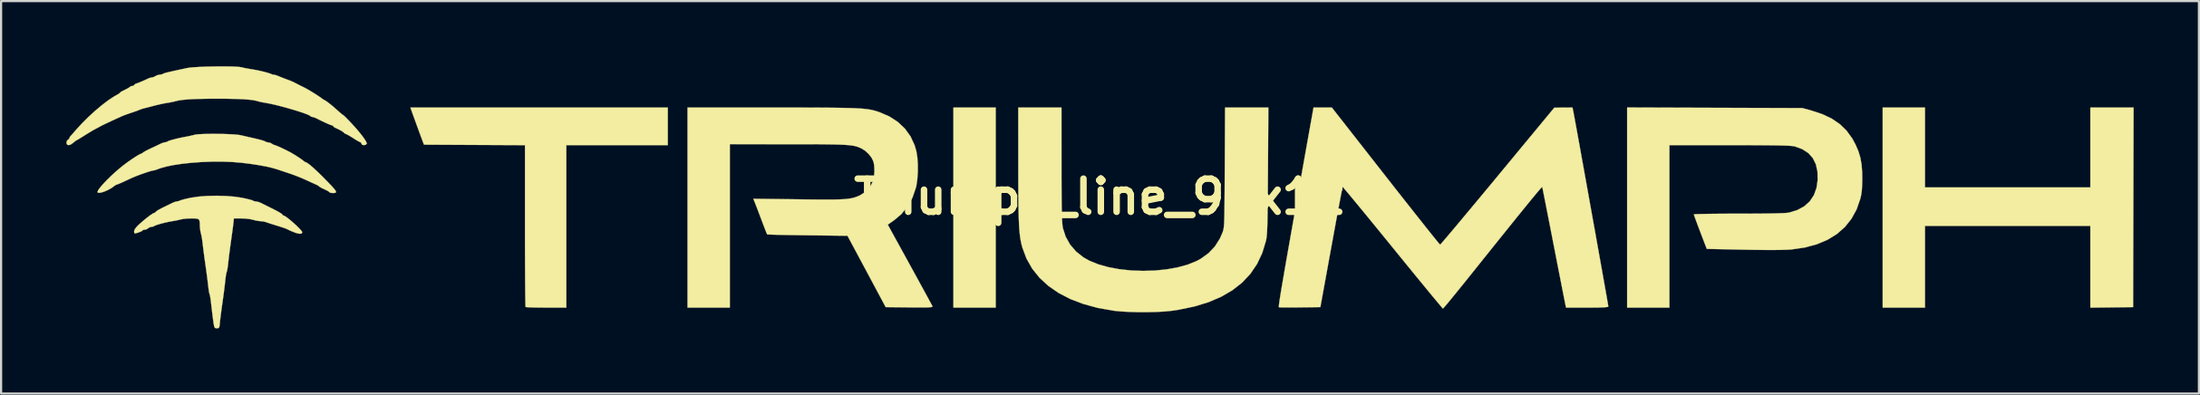
<source format=kicad_pcb>
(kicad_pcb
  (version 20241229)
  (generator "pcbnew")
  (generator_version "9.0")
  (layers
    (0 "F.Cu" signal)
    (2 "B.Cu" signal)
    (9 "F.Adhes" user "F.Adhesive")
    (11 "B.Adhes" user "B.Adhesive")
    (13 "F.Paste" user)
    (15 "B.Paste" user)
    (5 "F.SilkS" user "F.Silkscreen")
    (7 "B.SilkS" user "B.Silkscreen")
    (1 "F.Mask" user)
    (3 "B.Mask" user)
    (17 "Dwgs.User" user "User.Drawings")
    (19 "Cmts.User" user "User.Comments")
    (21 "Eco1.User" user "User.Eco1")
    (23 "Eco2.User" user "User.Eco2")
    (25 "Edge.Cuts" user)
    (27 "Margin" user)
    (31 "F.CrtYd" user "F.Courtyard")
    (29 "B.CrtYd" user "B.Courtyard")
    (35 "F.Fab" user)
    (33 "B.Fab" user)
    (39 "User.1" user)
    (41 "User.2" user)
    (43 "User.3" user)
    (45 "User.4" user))
  (footprint "Triumph_line_95x12"
    (layer "F.Cu")
    (at 47.522 6.002)
    (property "Reference" "Triumph_line_95x12" (at 0 0 0) (layer "F.SilkS") (effects (font (size 1.524 1.524) (thickness 0.3))))
    (attr through_hole)
    (fp_poly (pts (xy -4.795 5.097) (xy -6.739 5.097) (xy -6.739 -4.104) (xy -4.795 -4.104) (xy -4.795 5.097)) (stroke (width 0.01) (type solid)) (fill yes) (layer "F.SilkS"))
    (fp_poly (pts (xy 37.927 -0.432) (xy 45.53 -0.432) (xy 45.53 -4.104) (xy 47.517 -4.104) (xy 47.495 5.076) (xy 45.53 5.099) (xy 45.53 1.339) (xy 37.927 1.339) (xy 37.927 5.097) (xy 35.983 5.097) (xy 35.983 -4.104) (xy 37.927 -4.104) (xy 37.927 -0.432)) (stroke (width 0.01) (type solid)) (fill yes) (layer "F.SilkS"))
    (fp_poly (pts (xy -19.871 -2.376) (xy -24.536 -2.376) (xy -24.536 5.097) (xy -25.458 5.097) (xy -25.731 5.096) (xy -25.976 5.092) (xy -26.177 5.087) (xy -26.323 5.08) (xy -26.4 5.072) (xy -26.408 5.068) (xy -26.412 5.022) (xy -26.416 4.895) (xy -26.42 4.695) (xy -26.424 4.427) (xy -26.427 4.098) (xy -26.43 3.714) (xy -26.432 3.281) (xy -26.434 2.807) (xy -26.436 2.296) (xy -26.437 1.756) (xy -26.437 1.332) (xy -26.437 -2.375) (xy -28.759 -2.386) (xy -31.08 -2.397) (xy -31.226 -2.786) (xy -31.305 -3.001) (xy -31.399 -3.258) (xy -31.492 -3.514) (xy -31.538 -3.639) (xy -31.704 -4.104) (xy -19.871 -4.104) (xy -19.871 -2.376)) (stroke (width 0.01) (type solid)) (fill yes) (layer "F.SilkS"))
    (fp_poly (pts (xy 28.262 -4.094) (xy 32.29 -4.081) (xy 32.71 -3.965) (xy 33.215 -3.798) (xy 33.648 -3.591) (xy 34.016 -3.339) (xy 34.327 -3.036) (xy 34.586 -2.677) (xy 34.737 -2.397) (xy 34.865 -2.1) (xy 34.954 -1.807) (xy 35.011 -1.494) (xy 35.039 -1.138) (xy 35.044 -0.821) (xy 35.038 -0.522) (xy 35.022 -0.285) (xy 34.994 -0.084) (xy 34.954 0.092) (xy 34.784 0.58) (xy 34.546 1.013) (xy 34.244 1.391) (xy 33.877 1.713) (xy 33.447 1.977) (xy 32.954 2.185) (xy 32.4 2.334) (xy 31.787 2.423) (xy 31.778 2.424) (xy 31.571 2.436) (xy 31.283 2.444) (xy 30.918 2.448) (xy 30.48 2.446) (xy 29.974 2.44) (xy 29.596 2.433) (xy 27.895 2.397) (xy 27.598 1.62) (xy 27.506 1.377) (xy 27.425 1.161) (xy 27.361 0.987) (xy 27.318 0.866) (xy 27.301 0.811) (xy 27.301 0.81) (xy 27.343 0.803) (xy 27.462 0.797) (xy 27.652 0.792) (xy 27.903 0.787) (xy 28.207 0.783) (xy 28.555 0.78) (xy 28.94 0.778) (xy 29.353 0.778) (xy 29.372 0.778) (xy 29.959 0.776) (xy 30.462 0.773) (xy 30.879 0.767) (xy 31.212 0.759) (xy 31.458 0.749) (xy 31.62 0.737) (xy 31.672 0.729) (xy 32.058 0.611) (xy 32.379 0.437) (xy 32.633 0.207) (xy 32.821 -0.077) (xy 32.942 -0.415) (xy 32.992 -0.763) (xy 32.985 -1.157) (xy 32.911 -1.496) (xy 32.77 -1.781) (xy 32.561 -2.013) (xy 32.284 -2.192) (xy 31.944 -2.317) (xy 31.881 -2.329) (xy 31.785 -2.34) (xy 31.65 -2.349) (xy 31.471 -2.356) (xy 31.243 -2.362) (xy 30.959 -2.367) (xy 30.613 -2.37) (xy 30.2 -2.373) (xy 29.714 -2.375) (xy 29.149 -2.375) (xy 28.953 -2.375) (xy 26.178 -2.376) (xy 26.178 5.097) (xy 24.234 5.097) (xy 24.234 -4.107) (xy 28.262 -4.094)) (stroke (width 0.01) (type solid)) (fill yes) (layer "F.SilkS"))
    (fp_poly (pts (xy -1.77 -1.48) (xy -1.77 -0.91) (xy -1.768 -0.419) (xy -1.766 -0.003) (xy -1.763 0.347) (xy -1.758 0.637) (xy -1.753 0.873) (xy -1.745 1.062) (xy -1.736 1.211) (xy -1.725 1.325) (xy -1.713 1.412) (xy -1.708 1.437) (xy -1.58 1.834) (xy -1.377 2.196) (xy -1.104 2.515) (xy -0.768 2.783) (xy -0.507 2.932) (xy -0.092 3.103) (xy 0.378 3.236) (xy 0.889 3.331) (xy 1.426 3.389) (xy 1.977 3.409) (xy 2.526 3.393) (xy 3.061 3.339) (xy 3.566 3.249) (xy 4.028 3.122) (xy 4.433 2.959) (xy 4.626 2.855) (xy 4.989 2.593) (xy 5.281 2.286) (xy 5.508 1.926) (xy 5.626 1.66) (xy 5.645 1.607) (xy 5.662 1.554) (xy 5.676 1.495) (xy 5.688 1.423) (xy 5.698 1.331) (xy 5.706 1.212) (xy 5.712 1.059) (xy 5.718 0.866) (xy 5.722 0.625) (xy 5.725 0.33) (xy 5.728 -0.026) (xy 5.731 -0.45) (xy 5.734 -0.949) (xy 5.736 -1.35) (xy 5.749 -4.104) (xy 7.739 -4.104) (xy 7.721 -1.199) (xy 7.717 -0.616) (xy 7.713 -0.113) (xy 7.709 0.317) (xy 7.704 0.68) (xy 7.699 0.984) (xy 7.694 1.235) (xy 7.687 1.441) (xy 7.679 1.606) (xy 7.67 1.739) (xy 7.659 1.846) (xy 7.647 1.934) (xy 7.632 2.009) (xy 7.627 2.03) (xy 7.459 2.585) (xy 7.221 3.089) (xy 6.914 3.542) (xy 6.537 3.944) (xy 6.091 4.295) (xy 5.575 4.596) (xy 4.99 4.847) (xy 4.334 5.047) (xy 3.608 5.197) (xy 3.27 5.247) (xy 2.958 5.277) (xy 2.585 5.297) (xy 2.175 5.307) (xy 1.751 5.306) (xy 1.339 5.295) (xy 0.962 5.274) (xy 0.645 5.243) (xy 0.63 5.241) (xy -0.096 5.113) (xy -0.762 4.933) (xy -1.365 4.703) (xy -1.904 4.424) (xy -2.377 4.097) (xy -2.782 3.724) (xy -3.117 3.306) (xy -3.38 2.844) (xy -3.568 2.34) (xy -3.583 2.289) (xy -3.617 2.155) (xy -3.646 2.015) (xy -3.671 1.862) (xy -3.692 1.69) (xy -3.71 1.491) (xy -3.724 1.258) (xy -3.735 0.984) (xy -3.744 0.662) (xy -3.75 0.285) (xy -3.754 -0.155) (xy -3.756 -0.664) (xy -3.757 -1.25) (xy -3.757 -1.48) (xy -3.758 -4.104) (xy -1.771 -4.104) (xy -1.77 -1.48)) (stroke (width 0.01) (type solid)) (fill yes) (layer "F.SilkS"))
    (fp_poly (pts (xy -15.065 -4.104) (xy -14.357 -4.103) (xy -13.73 -4.103) (xy -13.178 -4.102) (xy -12.695 -4.099) (xy -12.275 -4.096) (xy -11.913 -4.091) (xy -11.603 -4.085) (xy -11.339 -4.077) (xy -11.116 -4.066) (xy -10.927 -4.054) (xy -10.767 -4.038) (xy -10.631 -4.02) (xy -10.512 -3.998) (xy -10.404 -3.973) (xy -10.303 -3.945) (xy -10.202 -3.912) (xy -10.139 -3.891) (xy -9.687 -3.696) (xy -9.296 -3.443) (xy -8.971 -3.137) (xy -8.712 -2.779) (xy -8.524 -2.373) (xy -8.444 -2.096) (xy -8.399 -1.819) (xy -8.377 -1.49) (xy -8.377 -1.142) (xy -8.4 -0.804) (xy -8.443 -0.509) (xy -8.462 -0.426) (xy -8.621 0.038) (xy -8.846 0.446) (xy -9.134 0.798) (xy -9.464 1.077) (xy -9.758 1.283) (xy -8.741 3.132) (xy -8.539 3.501) (xy -8.349 3.847) (xy -8.176 4.164) (xy -8.023 4.443) (xy -7.895 4.678) (xy -7.797 4.861) (xy -7.731 4.983) (xy -7.702 5.039) (xy -7.702 5.04) (xy -7.707 5.058) (xy -7.746 5.072) (xy -7.826 5.082) (xy -7.956 5.088) (xy -8.146 5.091) (xy -8.404 5.09) (xy -8.739 5.088) (xy -8.766 5.087) (xy -9.853 5.076) (xy -10.731 3.434) (xy -11.61 1.793) (xy -13.447 1.771) (xy -13.837 1.766) (xy -14.2 1.76) (xy -14.526 1.754) (xy -14.806 1.748) (xy -15.033 1.742) (xy -15.196 1.736) (xy -15.287 1.731) (xy -15.303 1.728) (xy -15.324 1.682) (xy -15.369 1.57) (xy -15.432 1.407) (xy -15.508 1.208) (xy -15.54 1.123) (xy -15.628 0.892) (xy -15.712 0.668) (xy -15.786 0.476) (xy -15.84 0.337) (xy -15.848 0.316) (xy -15.937 0.091) (xy -13.871 0.117) (xy -13.352 0.123) (xy -12.911 0.127) (xy -12.541 0.128) (xy -12.232 0.126) (xy -11.977 0.12) (xy -11.768 0.11) (xy -11.597 0.094) (xy -11.455 0.073) (xy -11.334 0.046) (xy -11.226 0.013) (xy -11.124 -0.028) (xy -11.027 -0.071) (xy -10.784 -0.229) (xy -10.583 -0.444) (xy -10.446 -0.694) (xy -10.434 -0.725) (xy -10.387 -0.94) (xy -10.37 -1.195) (xy -10.382 -1.447) (xy -10.414 -1.612) (xy -10.494 -1.785) (xy -10.631 -1.963) (xy -10.799 -2.119) (xy -10.935 -2.206) (xy -11.019 -2.248) (xy -11.102 -2.283) (xy -11.19 -2.313) (xy -11.291 -2.339) (xy -11.411 -2.36) (xy -11.558 -2.376) (xy -11.738 -2.39) (xy -11.958 -2.4) (xy -12.225 -2.407) (xy -12.546 -2.412) (xy -12.927 -2.416) (xy -13.376 -2.417) (xy -13.9 -2.418) (xy -14.331 -2.418) (xy -17.02 -2.419) (xy -17.02 5.097) (xy -18.964 5.097) (xy -18.964 -4.104) (xy -15.065 -4.104)) (stroke (width 0.01) (type solid)) (fill yes) (layer "F.SilkS"))
    (fp_poly (pts (xy -40.564 -2.894) (xy -40.279 -2.889) (xy -40.012 -2.879) (xy -39.778 -2.865) (xy -39.597 -2.847) (xy -39.513 -2.833) (xy -39.347 -2.795) (xy -39.134 -2.746) (xy -38.909 -2.695) (xy -38.822 -2.675) (xy -38.641 -2.631) (xy -38.495 -2.589) (xy -38.4 -2.556) (xy -38.377 -2.542) (xy -38.32 -2.513) (xy -38.257 -2.505) (xy -38.144 -2.479) (xy -38.076 -2.442) (xy -37.991 -2.392) (xy -37.942 -2.377) (xy -37.884 -2.359) (xy -37.77 -2.311) (xy -37.622 -2.243) (xy -37.461 -2.167) (xy -37.308 -2.09) (xy -37.184 -2.024) (xy -37.17 -2.016) (xy -37.029 -1.932) (xy -36.882 -1.839) (xy -36.748 -1.749) (xy -36.647 -1.677) (xy -36.597 -1.634) (xy -36.595 -1.631) (xy -36.546 -1.599) (xy -36.537 -1.598) (xy -36.462 -1.567) (xy -36.336 -1.476) (xy -36.166 -1.331) (xy -35.957 -1.137) (xy -35.724 -0.907) (xy -35.498 -0.677) (xy -35.329 -0.501) (xy -35.213 -0.371) (xy -35.145 -0.281) (xy -35.122 -0.223) (xy -35.14 -0.19) (xy -35.192 -0.176) (xy -35.271 -0.173) (xy -35.371 -0.181) (xy -35.42 -0.202) (xy -35.422 -0.207) (xy -35.458 -0.241) (xy -35.552 -0.295) (xy -35.659 -0.346) (xy -35.785 -0.405) (xy -35.871 -0.453) (xy -35.897 -0.476) (xy -35.933 -0.507) (xy -36.024 -0.555) (xy -36.081 -0.581) (xy -36.214 -0.64) (xy -36.388 -0.719) (xy -36.565 -0.801) (xy -36.566 -0.802) (xy -36.75 -0.881) (xy -36.977 -0.971) (xy -37.206 -1.054) (xy -37.279 -1.078) (xy -37.47 -1.142) (xy -37.644 -1.2) (xy -37.775 -1.244) (xy -37.819 -1.259) (xy -38.053 -1.328) (xy -38.353 -1.397) (xy -38.701 -1.461) (xy -39.076 -1.517) (xy -39.46 -1.564) (xy -39.833 -1.596) (xy -39.917 -1.602) (xy -40.363 -1.618) (xy -40.828 -1.616) (xy -41.296 -1.599) (xy -41.754 -1.566) (xy -42.188 -1.52) (xy -42.584 -1.461) (xy -42.929 -1.391) (xy -43.209 -1.312) (xy -43.318 -1.271) (xy -43.433 -1.229) (xy -43.525 -1.21) (xy -43.53 -1.21) (xy -43.605 -1.195) (xy -43.738 -1.155) (xy -43.91 -1.098) (xy -44.1 -1.031) (xy -44.287 -0.961) (xy -44.449 -0.895) (xy -44.515 -0.866) (xy -44.654 -0.802) (xy -44.824 -0.723) (xy -44.929 -0.674) (xy -45.062 -0.615) (xy -45.164 -0.574) (xy -45.207 -0.562) (xy -45.265 -0.536) (xy -45.311 -0.502) (xy -45.442 -0.406) (xy -45.595 -0.319) (xy -45.753 -0.248) (xy -45.898 -0.2) (xy -46.013 -0.18) (xy -46.081 -0.195) (xy -46.091 -0.221) (xy -46.06 -0.3) (xy -45.972 -0.424) (xy -45.837 -0.581) (xy -45.667 -0.762) (xy -45.471 -0.954) (xy -45.259 -1.148) (xy -45.043 -1.334) (xy -44.904 -1.445) (xy -44.708 -1.592) (xy -44.514 -1.728) (xy -44.337 -1.844) (xy -44.192 -1.932) (xy -44.093 -1.98) (xy -44.064 -1.987) (xy -44.013 -2.019) (xy -44.011 -2.023) (xy -43.968 -2.056) (xy -43.864 -2.115) (xy -43.72 -2.187) (xy -43.651 -2.22) (xy -43.477 -2.301) (xy -43.32 -2.376) (xy -43.205 -2.432) (xy -43.183 -2.443) (xy -43.073 -2.488) (xy -42.986 -2.505) (xy -42.899 -2.526) (xy -42.871 -2.544) (xy -42.808 -2.574) (xy -42.679 -2.614) (xy -42.505 -2.66) (xy -42.306 -2.707) (xy -42.101 -2.749) (xy -42.009 -2.765) (xy -41.846 -2.798) (xy -41.69 -2.835) (xy -41.642 -2.848) (xy -41.53 -2.868) (xy -41.349 -2.882) (xy -41.116 -2.891) (xy -40.849 -2.895) (xy -40.564 -2.894)) (stroke (width 0.01) (type solid)) (fill yes) (layer "F.SilkS"))
    (fp_poly (pts (xy 13.129 -0.95) (xy 13.487 -0.493) (xy 13.831 -0.056) (xy 14.156 0.356) (xy 14.458 0.739) (xy 14.735 1.088) (xy 14.981 1.399) (xy 15.194 1.665) (xy 15.369 1.884) (xy 15.504 2.049) (xy 15.593 2.157) (xy 15.634 2.202) (xy 15.635 2.203) (xy 15.668 2.171) (xy 15.751 2.076) (xy 15.881 1.924) (xy 16.055 1.719) (xy 16.269 1.466) (xy 16.518 1.169) (xy 16.799 0.832) (xy 17.108 0.462) (xy 17.442 0.061) (xy 17.796 -0.365) (xy 18.166 -0.811) (xy 18.279 -0.948) (xy 20.886 -4.099) (xy 21.304 -4.101) (xy 21.722 -4.104) (xy 21.768 -3.877) (xy 21.785 -3.785) (xy 21.816 -3.619) (xy 21.859 -3.385) (xy 21.913 -3.09) (xy 21.976 -2.742) (xy 22.048 -2.346) (xy 22.126 -1.91) (xy 22.211 -1.441) (xy 22.3 -0.945) (xy 22.393 -0.429) (xy 22.488 0.099) (xy 22.584 0.634) (xy 22.68 1.168) (xy 22.775 1.694) (xy 22.866 2.206) (xy 22.954 2.697) (xy 23.037 3.16) (xy 23.113 3.587) (xy 23.182 3.974) (xy 23.242 4.311) (xy 23.292 4.593) (xy 23.33 4.813) (xy 23.356 4.964) (xy 23.369 5.04) (xy 23.37 5.047) (xy 23.344 5.064) (xy 23.263 5.078) (xy 23.119 5.087) (xy 22.906 5.094) (xy 22.618 5.097) (xy 22.399 5.097) (xy 21.427 5.097) (xy 21.404 5) (xy 21.392 4.941) (xy 21.365 4.805) (xy 21.324 4.6) (xy 21.271 4.332) (xy 21.208 4.009) (xy 21.136 3.64) (xy 21.055 3.23) (xy 20.969 2.789) (xy 20.878 2.322) (xy 20.863 2.246) (xy 20.772 1.779) (xy 20.686 1.336) (xy 20.605 0.926) (xy 20.532 0.555) (xy 20.469 0.232) (xy 20.415 -0.038) (xy 20.374 -0.246) (xy 20.346 -0.385) (xy 20.333 -0.448) (xy 20.332 -0.451) (xy 20.318 -0.444) (xy 20.278 -0.405) (xy 20.212 -0.331) (xy 20.116 -0.219) (xy 19.989 -0.067) (xy 19.828 0.128) (xy 19.631 0.369) (xy 19.396 0.659) (xy 19.12 0.999) (xy 18.803 1.393) (xy 18.44 1.844) (xy 18.03 2.354) (xy 17.572 2.926) (xy 17.062 3.563) (xy 17.001 3.639) (xy 16.751 3.951) (xy 16.517 4.24) (xy 16.305 4.501) (xy 16.121 4.726) (xy 15.969 4.91) (xy 15.856 5.044) (xy 15.786 5.122) (xy 15.767 5.14) (xy 15.735 5.108) (xy 15.653 5.013) (xy 15.525 4.86) (xy 15.355 4.656) (xy 15.146 4.404) (xy 14.904 4.109) (xy 14.631 3.777) (xy 14.332 3.411) (xy 14.011 3.018) (xy 13.673 2.603) (xy 13.454 2.333) (xy 13.106 1.906) (xy 12.774 1.499) (xy 12.462 1.117) (xy 12.174 0.765) (xy 11.913 0.448) (xy 11.684 0.171) (xy 11.491 -0.062) (xy 11.338 -0.245) (xy 11.228 -0.374) (xy 11.166 -0.444) (xy 11.153 -0.455) (xy 11.143 -0.41) (xy 11.118 -0.288) (xy 11.08 -0.094) (xy 11.031 0.163) (xy 10.972 0.476) (xy 10.904 0.839) (xy 10.829 1.244) (xy 10.748 1.684) (xy 10.663 2.152) (xy 10.632 2.32) (xy 10.13 5.076) (xy 9.202 5.087) (xy 8.926 5.09) (xy 8.678 5.091) (xy 8.472 5.09) (xy 8.32 5.087) (xy 8.237 5.083) (xy 8.227 5.081) (xy 8.223 5.071) (xy 8.222 5.046) (xy 8.225 5) (xy 8.232 4.932) (xy 8.245 4.837) (xy 8.263 4.713) (xy 8.288 4.556) (xy 8.319 4.362) (xy 8.358 4.129) (xy 8.405 3.853) (xy 8.461 3.531) (xy 8.525 3.159) (xy 8.599 2.734) (xy 8.684 2.253) (xy 8.779 1.713) (xy 8.886 1.11) (xy 9.005 0.441) (xy 9.137 -0.297) (xy 9.281 -1.108) (xy 9.439 -1.996) (xy 9.612 -2.962) (xy 9.745 -3.704) (xy 9.816 -4.104) (xy 10.659 -4.104) (xy 13.129 -0.95)) (stroke (width 0.01) (type solid)) (fill yes) (layer "F.SilkS"))
    (fp_poly (pts (xy -40.174 -0.036) (xy -39.766 -0.002) (xy -39.445 0.047) (xy -39.254 0.088) (xy -39.093 0.127) (xy -38.983 0.159) (xy -38.945 0.177) (xy -38.871 0.209) (xy -38.808 0.216) (xy -38.699 0.235) (xy -38.589 0.278) (xy -38.491 0.327) (xy -38.344 0.4) (xy -38.18 0.481) (xy -38.165 0.489) (xy -37.911 0.617) (xy -37.732 0.714) (xy -37.624 0.783) (xy -37.583 0.827) (xy -37.582 0.832) (xy -37.548 0.862) (xy -37.532 0.864) (xy -37.467 0.892) (xy -37.359 0.968) (xy -37.224 1.076) (xy -37.076 1.204) (xy -36.931 1.337) (xy -36.806 1.462) (xy -36.715 1.563) (xy -36.675 1.627) (xy -36.674 1.633) (xy -36.709 1.692) (xy -36.81 1.701) (xy -36.975 1.661) (xy -37.201 1.571) (xy -37.409 1.472) (xy -37.477 1.445) (xy -37.606 1.402) (xy -37.773 1.349) (xy -37.862 1.321) (xy -38.045 1.264) (xy -38.206 1.213) (xy -38.32 1.174) (xy -38.35 1.163) (xy -38.467 1.134) (xy -38.588 1.123) (xy -38.714 1.109) (xy -38.871 1.077) (xy -38.938 1.058) (xy -39.091 1.025) (xy -39.288 1.002) (xy -39.485 0.994) (xy -39.82 0.994) (xy -39.841 1.199) (xy -39.854 1.315) (xy -39.878 1.496) (xy -39.908 1.719) (xy -39.942 1.963) (xy -39.955 2.052) (xy -39.991 2.314) (xy -40.026 2.58) (xy -40.056 2.822) (xy -40.078 3.012) (xy -40.081 3.048) (xy -40.101 3.218) (xy -40.124 3.357) (xy -40.144 3.442) (xy -40.149 3.451) (xy -40.168 3.517) (xy -40.191 3.646) (xy -40.212 3.813) (xy -40.219 3.88) (xy -40.24 4.067) (xy -40.269 4.31) (xy -40.305 4.579) (xy -40.342 4.845) (xy -40.347 4.881) (xy -40.383 5.131) (xy -40.415 5.376) (xy -40.442 5.591) (xy -40.46 5.751) (xy -40.462 5.778) (xy -40.477 5.925) (xy -40.497 6.006) (xy -40.531 6.04) (xy -40.591 6.048) (xy -40.604 6.048) (xy -40.66 6.044) (xy -40.698 6.022) (xy -40.724 5.965) (xy -40.746 5.855) (xy -40.772 5.678) (xy -40.773 5.67) (xy -40.804 5.431) (xy -40.836 5.164) (xy -40.864 4.922) (xy -40.865 4.912) (xy -40.886 4.735) (xy -40.909 4.59) (xy -40.929 4.499) (xy -40.935 4.483) (xy -40.954 4.419) (xy -40.976 4.294) (xy -40.996 4.133) (xy -40.999 4.107) (xy -41.018 3.942) (xy -41.046 3.718) (xy -41.08 3.461) (xy -41.117 3.199) (xy -41.126 3.132) (xy -41.163 2.872) (xy -41.198 2.612) (xy -41.228 2.378) (xy -41.25 2.196) (xy -41.254 2.16) (xy -41.277 1.977) (xy -41.306 1.807) (xy -41.335 1.686) (xy -41.335 1.685) (xy -41.365 1.544) (xy -41.382 1.377) (xy -41.383 1.332) (xy -41.387 1.171) (xy -41.41 1.071) (xy -41.468 1.018) (xy -41.579 0.997) (xy -41.758 0.994) (xy -41.766 0.994) (xy -41.95 0.999) (xy -42.121 1.015) (xy -42.243 1.037) (xy -42.247 1.038) (xy -42.38 1.071) (xy -42.548 1.104) (xy -42.636 1.119) (xy -42.82 1.152) (xy -43.016 1.196) (xy -43.201 1.244) (xy -43.354 1.29) (xy -43.454 1.329) (xy -43.476 1.343) (xy -43.549 1.375) (xy -43.611 1.382) (xy -43.712 1.41) (xy -43.759 1.447) (xy -43.843 1.499) (xy -43.915 1.512) (xy -43.994 1.525) (xy -44.018 1.548) (xy -44.054 1.578) (xy -44.143 1.618) (xy -44.251 1.657) (xy -44.347 1.681) (xy -44.379 1.685) (xy -44.4 1.648) (xy -44.407 1.583) (xy -44.368 1.48) (xy -44.255 1.344) (xy -44.199 1.291) (xy -43.993 1.108) (xy -43.803 0.953) (xy -43.643 0.833) (xy -43.523 0.758) (xy -43.458 0.734) (xy -43.415 0.705) (xy -43.413 0.694) (xy -43.377 0.659) (xy -43.28 0.598) (xy -43.141 0.524) (xy -43.078 0.493) (xy -42.909 0.411) (xy -42.757 0.337) (xy -42.648 0.283) (xy -42.629 0.274) (xy -42.522 0.231) (xy -42.445 0.216) (xy -42.348 0.195) (xy -42.3 0.174) (xy -42.227 0.148) (xy -42.092 0.111) (xy -41.916 0.07) (xy -41.795 0.044) (xy -41.447 -0.008) (xy -41.042 -0.039) (xy -40.609 -0.048) (xy -40.174 -0.036)) (stroke (width 0.01) (type solid)) (fill yes) (layer "F.SilkS"))
    (fp_poly (pts (xy -40.178 -5.996) (xy -39.915 -5.992) (xy -39.696 -5.983) (xy -39.539 -5.969) (xy -39.482 -5.959) (xy -39.32 -5.922) (xy -39.131 -5.887) (xy -39.05 -5.874) (xy -38.856 -5.841) (xy -38.647 -5.799) (xy -38.446 -5.753) (xy -38.276 -5.707) (xy -38.159 -5.669) (xy -38.133 -5.657) (xy -38.034 -5.621) (xy -37.988 -5.616) (xy -37.902 -5.599) (xy -37.789 -5.557) (xy -37.783 -5.555) (xy -37.665 -5.506) (xy -37.508 -5.445) (xy -37.399 -5.404) (xy -37.224 -5.339) (xy -37.084 -5.278) (xy -36.932 -5.201) (xy -36.89 -5.179) (xy -36.818 -5.141) (xy -36.697 -5.081) (xy -36.596 -5.032) (xy -36.458 -4.958) (xy -36.285 -4.857) (xy -36.1 -4.743) (xy -35.928 -4.631) (xy -35.792 -4.537) (xy -35.737 -4.494) (xy -35.675 -4.454) (xy -35.657 -4.449) (xy -35.61 -4.424) (xy -35.519 -4.36) (xy -35.405 -4.273) (xy -35.289 -4.18) (xy -35.202 -4.104) (xy -35.046 -3.964) (xy -34.918 -3.852) (xy -34.83 -3.78) (xy -34.794 -3.758) (xy -34.757 -3.729) (xy -34.676 -3.651) (xy -34.566 -3.539) (xy -34.441 -3.408) (xy -34.316 -3.273) (xy -34.205 -3.15) (xy -34.189 -3.132) (xy -34.012 -2.92) (xy -33.869 -2.735) (xy -33.768 -2.585) (xy -33.715 -2.48) (xy -33.71 -2.439) (xy -33.763 -2.391) (xy -33.845 -2.376) (xy -33.921 -2.393) (xy -33.953 -2.441) (xy -33.976 -2.498) (xy -33.995 -2.505) (xy -34.048 -2.528) (xy -34.154 -2.586) (xy -34.292 -2.671) (xy -34.337 -2.7) (xy -34.481 -2.79) (xy -34.599 -2.857) (xy -34.671 -2.892) (xy -34.681 -2.894) (xy -34.735 -2.921) (xy -34.738 -2.927) (xy -34.787 -2.974) (xy -34.888 -3.04) (xy -35.014 -3.108) (xy -35.13 -3.16) (xy -35.215 -3.204) (xy -35.249 -3.244) (xy -35.283 -3.281) (xy -35.3 -3.283) (xy -35.363 -3.301) (xy -35.483 -3.35) (xy -35.642 -3.421) (xy -35.822 -3.506) (xy -36.002 -3.596) (xy -36.033 -3.612) (xy -36.138 -3.656) (xy -36.213 -3.672) (xy -36.28 -3.691) (xy -36.293 -3.707) (xy -36.344 -3.744) (xy -36.466 -3.797) (xy -36.644 -3.863) (xy -36.866 -3.936) (xy -37.118 -4.013) (xy -37.385 -4.09) (xy -37.655 -4.163) (xy -37.914 -4.228) (xy -38.148 -4.281) (xy -38.344 -4.317) (xy -38.359 -4.32) (xy -38.52 -4.348) (xy -38.667 -4.381) (xy -38.726 -4.399) (xy -38.877 -4.435) (xy -39.091 -4.465) (xy -39.372 -4.487) (xy -39.726 -4.502) (xy -40.158 -4.511) (xy -40.605 -4.513) (xy -41.102 -4.51) (xy -41.518 -4.501) (xy -41.86 -4.485) (xy -42.135 -4.463) (xy -42.349 -4.433) (xy -42.502 -4.397) (xy -42.631 -4.365) (xy -42.798 -4.333) (xy -42.891 -4.319) (xy -43.054 -4.29) (xy -43.259 -4.246) (xy -43.463 -4.196) (xy -43.478 -4.192) (xy -43.654 -4.145) (xy -43.81 -4.105) (xy -43.917 -4.079) (xy -43.932 -4.076) (xy -44.052 -4.042) (xy -44.169 -3.997) (xy -44.285 -3.951) (xy -44.441 -3.897) (xy -44.536 -3.865) (xy -44.7 -3.81) (xy -44.857 -3.752) (xy -44.925 -3.725) (xy -45.077 -3.658) (xy -45.258 -3.576) (xy -45.452 -3.487) (xy -45.638 -3.4) (xy -45.798 -3.323) (xy -45.913 -3.266) (xy -45.962 -3.24) (xy -46.043 -3.194) (xy -46.157 -3.135) (xy -46.178 -3.124) (xy -46.281 -3.068) (xy -46.432 -2.979) (xy -46.604 -2.873) (xy -46.687 -2.821) (xy -46.841 -2.724) (xy -46.967 -2.647) (xy -47.047 -2.601) (xy -47.067 -2.592) (xy -47.11 -2.565) (xy -47.188 -2.5) (xy -47.205 -2.484) (xy -47.325 -2.4) (xy -47.427 -2.375) (xy -47.496 -2.41) (xy -47.517 -2.485) (xy -47.494 -2.577) (xy -47.452 -2.619) (xy -47.395 -2.664) (xy -47.387 -2.686) (xy -47.361 -2.75) (xy -47.333 -2.786) (xy -47.28 -2.845) (xy -47.188 -2.95) (xy -47.078 -3.077) (xy -47.063 -3.093) (xy -46.798 -3.383) (xy -46.505 -3.674) (xy -46.197 -3.955) (xy -45.891 -4.213) (xy -45.601 -4.434) (xy -45.342 -4.606) (xy -45.233 -4.668) (xy -45.127 -4.728) (xy -45.064 -4.775) (xy -45.055 -4.789) (xy -45.019 -4.821) (xy -44.926 -4.873) (xy -44.84 -4.915) (xy -44.716 -4.977) (xy -44.627 -5.032) (xy -44.6 -5.055) (xy -44.54 -5.091) (xy -44.491 -5.097) (xy -44.422 -5.115) (xy -44.407 -5.138) (xy -44.371 -5.179) (xy -44.31 -5.206) (xy -44.204 -5.244) (xy -44.055 -5.305) (xy -43.898 -5.374) (xy -43.769 -5.435) (xy -43.749 -5.446) (xy -43.643 -5.481) (xy -43.595 -5.486) (xy -43.499 -5.511) (xy -43.432 -5.549) (xy -43.322 -5.6) (xy -43.238 -5.614) (xy -43.138 -5.629) (xy -43.087 -5.652) (xy -43.062 -5.667) (xy -43.01 -5.685) (xy -42.922 -5.71) (xy -42.789 -5.742) (xy -42.602 -5.785) (xy -42.35 -5.84) (xy -42.024 -5.91) (xy -41.966 -5.923) (xy -41.828 -5.943) (xy -41.624 -5.96) (xy -41.371 -5.975) (xy -41.084 -5.986) (xy -40.779 -5.993) (xy -40.472 -5.997) (xy -40.178 -5.996)) (stroke (width 0.01) (type solid)) (fill yes) (layer "F.SilkS")))
  (gr_rect
    (start -3 -3)
    (end 98.044 15.054)
    (stroke (width 0.1) (type default))
    (fill no)
    (layer "Edge.Cuts")))
</source>
